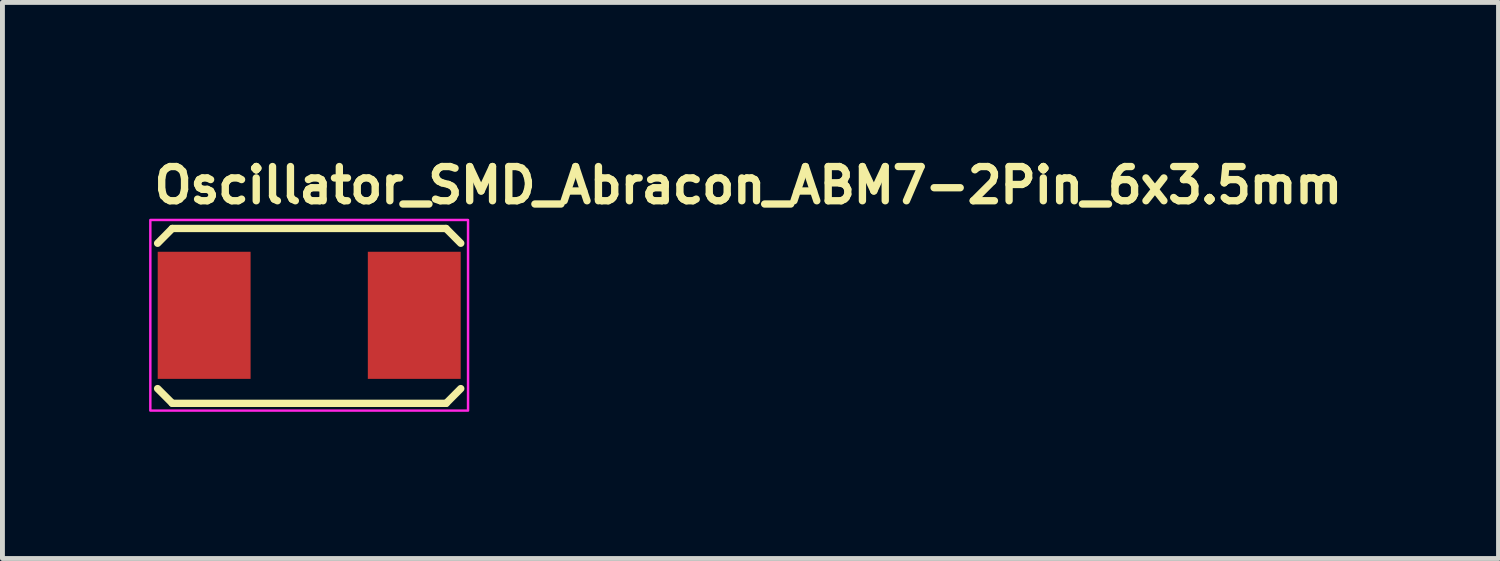
<source format=kicad_pcb>
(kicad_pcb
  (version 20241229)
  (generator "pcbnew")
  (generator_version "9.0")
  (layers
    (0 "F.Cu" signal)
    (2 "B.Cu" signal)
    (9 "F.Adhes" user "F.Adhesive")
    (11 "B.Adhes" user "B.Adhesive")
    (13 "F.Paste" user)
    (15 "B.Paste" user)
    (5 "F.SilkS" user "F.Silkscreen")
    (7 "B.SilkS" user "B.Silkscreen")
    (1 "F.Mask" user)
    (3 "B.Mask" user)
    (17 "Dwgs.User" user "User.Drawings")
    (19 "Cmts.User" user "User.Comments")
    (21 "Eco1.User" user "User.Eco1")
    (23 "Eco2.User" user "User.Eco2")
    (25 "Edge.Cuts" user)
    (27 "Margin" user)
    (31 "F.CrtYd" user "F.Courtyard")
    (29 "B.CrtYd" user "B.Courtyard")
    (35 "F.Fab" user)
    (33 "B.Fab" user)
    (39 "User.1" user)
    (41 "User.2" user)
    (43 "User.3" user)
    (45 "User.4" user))
  (footprint "Oscillator_SMD_Abracon_ABM7-2Pin_6x3.5mm"
    (layer "F.Cu")
    (at 3.276 3.4)
    (property "Reference" "Oscillator_SMD_Abracon_ABM7-2Pin_6x3.5mm" (at -3.25 -2.25 0) (layer "F.SilkS") (effects (font (size 0.7 0.7) (thickness 0.15)) (justify left bottom)))
    (attr smd)
    (fp_line (start -3.102 -1.474) (end -2.803 -1.776) (stroke (width 0.15) (type solid)) (layer "F.SilkS"))
    (fp_line (start -3.102 1.499) (end -2.801 1.8) (stroke (width 0.15) (type solid)) (layer "F.SilkS"))
    (fp_line (start -2.803 -1.776) (end 2.798 -1.776) (stroke (width 0.15) (type solid)) (layer "F.SilkS"))
    (fp_line (start 2.8 1.8) (end -2.801 1.8) (stroke (width 0.15) (type solid)) (layer "F.SilkS"))
    (fp_line (start 3.099 -1.474) (end 2.798 -1.776) (stroke (width 0.15) (type solid)) (layer "F.SilkS"))
    (fp_line (start 3.099 1.499) (end 2.8 1.8) (stroke (width 0.15) (type solid)) (layer "F.SilkS"))
    (fp_rect (start -3.251 -1.95) (end 3.248 1.949) (stroke (width 0.05) (type solid)) (fill no) (layer "F.CrtYd"))
    (fp_rect (start -3.051 -1.75) (end 3.048 1.749) (stroke (width 0.1) (type solid)) (fill no) (layer "User.5"))
    (fp_line (start -3.051 -1.5) (end -2.801 -1.75) (stroke (width 0.02) (type solid)) (layer "User.9"))
    (fp_line (start -3.051 -0.402) (end -3.051 -1.5) (stroke (width 0.02) (type solid)) (layer "User.9"))
    (fp_line (start -3.051 0.4) (end -2.75 0.4) (stroke (width 0.02) (type solid)) (layer "User.9"))
    (fp_line (start -3.051 1.499) (end -3.051 0.4) (stroke (width 0.02) (type solid)) (layer "User.9"))
    (fp_line (start -3 -0.332) (end -3 -0.402) (stroke (width 0.02) (type solid)) (layer "User.9"))
    (fp_line (start -3 0.33) (end -3 0.4) (stroke (width 0.02) (type solid)) (layer "User.9"))
    (fp_line (start -2.9 -0.332) (end -3 -0.332) (stroke (width 0.02) (type solid)) (layer "User.9"))
    (fp_line (start -2.9 0.33) (end -3 0.33) (stroke (width 0.02) (type solid)) (layer "User.9"))
    (fp_line (start -2.9 0.33) (end -2.896 0.329) (stroke (width 0.02) (type solid)) (layer "User.9"))
    (fp_line (start -2.896 -0.331) (end -2.9 -0.332) (stroke (width 0.02) (type solid)) (layer "User.9"))
    (fp_line (start -2.896 0.329) (end -2.891 0.329) (stroke (width 0.02) (type solid)) (layer "User.9"))
    (fp_line (start -2.891 -0.331) (end -2.896 -0.331) (stroke (width 0.02) (type solid)) (layer "User.9"))
    (fp_line (start -2.891 0.329) (end -2.887 0.328) (stroke (width 0.02) (type solid)) (layer "User.9"))
    (fp_line (start -2.887 -0.33) (end -2.891 -0.331) (stroke (width 0.02) (type solid)) (layer "User.9"))
    (fp_line (start -2.887 0.328) (end -2.882 0.328) (stroke (width 0.02) (type solid)) (layer "User.9"))
    (fp_line (start -2.882 -0.33) (end -2.887 -0.33) (stroke (width 0.02) (type solid)) (layer "User.9"))
    (fp_line (start -2.882 0.328) (end -2.876 0.326) (stroke (width 0.02) (type solid)) (layer "User.9"))
    (fp_line (start -2.876 -0.328) (end -2.882 -0.33) (stroke (width 0.02) (type solid)) (layer "User.9"))
    (fp_line (start -2.876 0.326) (end -2.871 0.325) (stroke (width 0.02) (type solid)) (layer "User.9"))
    (fp_line (start -2.871 -0.327) (end -2.876 -0.328) (stroke (width 0.02) (type solid)) (layer "User.9"))
    (fp_line (start -2.871 0.325) (end -2.867 0.324) (stroke (width 0.02) (type solid)) (layer "User.9"))
    (fp_line (start -2.867 -0.326) (end -2.871 -0.327) (stroke (width 0.02) (type solid)) (layer "User.9"))
    (fp_line (start -2.867 0.324) (end -2.863 0.322) (stroke (width 0.02) (type solid)) (layer "User.9"))
    (fp_line (start -2.863 -0.324) (end -2.867 -0.326) (stroke (width 0.02) (type solid)) (layer "User.9"))
    (fp_line (start -2.863 0.322) (end -2.859 0.32) (stroke (width 0.02) (type solid)) (layer "User.9"))
    (fp_line (start -2.859 -0.322) (end -2.863 -0.324) (stroke (width 0.02) (type solid)) (layer "User.9"))
    (fp_line (start -2.859 0.32) (end -2.854 0.317) (stroke (width 0.02) (type solid)) (layer "User.9"))
    (fp_line (start -2.854 -0.319) (end -2.859 -0.322) (stroke (width 0.02) (type solid)) (layer "User.9"))
    (fp_line (start -2.854 0.317) (end -2.85 0.314) (stroke (width 0.02) (type solid)) (layer "User.9"))
    (fp_line (start -2.85 -0.316) (end -2.854 -0.319) (stroke (width 0.02) (type solid)) (layer "User.9"))
    (fp_line (start -2.85 0.314) (end -2.846 0.312) (stroke (width 0.02) (type solid)) (layer "User.9"))
    (fp_line (start -2.846 -0.314) (end -2.85 -0.316) (stroke (width 0.02) (type solid)) (layer "User.9"))
    (fp_line (start -2.846 0.312) (end -2.842 0.309) (stroke (width 0.02) (type solid)) (layer "User.9"))
    (fp_line (start -2.842 -0.311) (end -2.846 -0.314) (stroke (width 0.02) (type solid)) (layer "User.9"))
    (fp_line (start -2.842 0.309) (end -2.838 0.306) (stroke (width 0.02) (type solid)) (layer "User.9"))
    (fp_line (start -2.838 -0.308) (end -2.842 -0.311) (stroke (width 0.02) (type solid)) (layer "User.9"))
    (fp_line (start -2.838 0.306) (end -2.834 0.303) (stroke (width 0.02) (type solid)) (layer "User.9"))
    (fp_line (start -2.834 -0.305) (end -2.838 -0.308) (stroke (width 0.02) (type solid)) (layer "User.9"))
    (fp_line (start -2.834 0.303) (end -2.831 0.299) (stroke (width 0.02) (type solid)) (layer "User.9"))
    (fp_line (start -2.831 -0.301) (end -2.834 -0.305) (stroke (width 0.02) (type solid)) (layer "User.9"))
    (fp_line (start -2.831 -0.301) (end -2.831 -0.301) (stroke (width 0.02) (type solid)) (layer "User.9"))
    (fp_line (start -2.831 0.299) (end -2.831 0.299) (stroke (width 0.02) (type solid)) (layer "User.9"))
    (fp_line (start -2.831 0.299) (end -2.827 0.296) (stroke (width 0.02) (type solid)) (layer "User.9"))
    (fp_line (start -2.827 -0.298) (end -2.831 -0.301) (stroke (width 0.02) (type solid)) (layer "User.9"))
    (fp_line (start -2.827 0.296) (end -2.823 0.292) (stroke (width 0.02) (type solid)) (layer "User.9"))
    (fp_line (start -2.823 -0.294) (end -2.827 -0.298) (stroke (width 0.02) (type solid)) (layer "User.9"))
    (fp_line (start -2.823 0.292) (end -2.82 0.288) (stroke (width 0.02) (type solid)) (layer "User.9"))
    (fp_line (start -2.82 -0.29) (end -2.823 -0.294) (stroke (width 0.02) (type solid)) (layer "User.9"))
    (fp_line (start -2.82 0.288) (end -2.818 0.285) (stroke (width 0.02) (type solid)) (layer "User.9"))
    (fp_line (start -2.818 -0.287) (end -2.82 -0.29) (stroke (width 0.02) (type solid)) (layer "User.9"))
    (fp_line (start -2.818 0.285) (end -2.815 0.281) (stroke (width 0.02) (type solid)) (layer "User.9"))
    (fp_line (start -2.815 -0.283) (end -2.818 -0.287) (stroke (width 0.02) (type solid)) (layer "User.9"))
    (fp_line (start -2.815 0.281) (end -2.813 0.277) (stroke (width 0.02) (type solid)) (layer "User.9"))
    (fp_line (start -2.813 -0.279) (end -2.815 -0.283) (stroke (width 0.02) (type solid)) (layer "User.9"))
    (fp_line (start -2.813 0.277) (end -2.81 0.272) (stroke (width 0.02) (type solid)) (layer "User.9"))
    (fp_line (start -2.81 -0.274) (end -2.813 -0.279) (stroke (width 0.02) (type solid)) (layer "User.9"))
    (fp_line (start -2.81 0.272) (end -2.809 0.268) (stroke (width 0.02) (type solid)) (layer "User.9"))
    (fp_line (start -2.809 -0.27) (end -2.81 -0.274) (stroke (width 0.02) (type solid)) (layer "User.9"))
    (fp_line (start -2.809 0.268) (end -2.806 0.263) (stroke (width 0.02) (type solid)) (layer "User.9"))
    (fp_line (start -2.806 -0.265) (end -2.809 -0.27) (stroke (width 0.02) (type solid)) (layer "User.9"))
    (fp_line (start -2.806 -0.261) (end -2.806 -0.265) (stroke (width 0.02) (type solid)) (layer "User.9"))
    (fp_line (start -2.806 0.259) (end -2.805 0.253) (stroke (width 0.02) (type solid)) (layer "User.9"))
    (fp_line (start -2.806 0.263) (end -2.806 0.259) (stroke (width 0.02) (type solid)) (layer "User.9"))
    (fp_line (start -2.805 -0.255) (end -2.806 -0.261) (stroke (width 0.02) (type solid)) (layer "User.9"))
    (fp_line (start -2.805 0.253) (end -2.802 0.248) (stroke (width 0.02) (type solid)) (layer "User.9"))
    (fp_line (start -2.802 -0.25) (end -2.805 -0.255) (stroke (width 0.02) (type solid)) (layer "User.9"))
    (fp_line (start -2.802 -0.245) (end -2.802 -0.25) (stroke (width 0.02) (type solid)) (layer "User.9"))
    (fp_line (start -2.802 -0.24) (end -2.802 -0.245) (stroke (width 0.02) (type solid)) (layer "User.9"))
    (fp_line (start -2.802 -0.236) (end -2.802 -0.24) (stroke (width 0.02) (type solid)) (layer "User.9"))
    (fp_line (start -2.802 0.234) (end -2.801 0.23) (stroke (width 0.02) (type solid)) (layer "User.9"))
    (fp_line (start -2.802 0.239) (end -2.802 0.234) (stroke (width 0.02) (type solid)) (layer "User.9"))
    (fp_line (start -2.802 0.243) (end -2.802 0.239) (stroke (width 0.02) (type solid)) (layer "User.9"))
    (fp_line (start -2.802 0.248) (end -2.802 0.243) (stroke (width 0.02) (type solid)) (layer "User.9"))
    (fp_line (start -2.801 -1.75) (end 2.798 -1.75) (stroke (width 0.02) (type solid)) (layer "User.9"))
    (fp_line (start -2.801 -0.232) (end -2.802 -0.236) (stroke (width 0.02) (type solid)) (layer "User.9"))
    (fp_line (start -2.801 0.23) (end -2.801 -0.232) (stroke (width 0.02) (type solid)) (layer "User.9"))
    (fp_line (start -2.801 1.749) (end -3.051 1.499) (stroke (width 0.02) (type solid)) (layer "User.9"))
    (fp_line (start -2.75 -0.402) (end -3.051 -0.402) (stroke (width 0.02) (type solid)) (layer "User.9"))
    (fp_line (start -2.75 0.4) (end -2.75 -0.402) (stroke (width 0.02) (type solid)) (layer "User.9"))
    (fp_line (start -2.702 -1.25) (end -2.701 -1.264) (stroke (width 0.02) (type solid)) (layer "User.9"))
    (fp_line (start -2.702 1.249) (end -2.702 -1.25) (stroke (width 0.02) (type solid)) (layer "User.9"))
    (fp_line (start -2.701 -1.264) (end -2.699 -1.276) (stroke (width 0.02) (type solid)) (layer "User.9"))
    (fp_line (start -2.701 1.261) (end -2.702 1.249) (stroke (width 0.02) (type solid)) (layer "User.9"))
    (fp_line (start -2.699 -1.276) (end -2.698 -1.287) (stroke (width 0.02) (type solid)) (layer "User.9"))
    (fp_line (start -2.699 1.273) (end -2.701 1.261) (stroke (width 0.02) (type solid)) (layer "User.9"))
    (fp_line (start -2.698 -1.287) (end -2.697 -1.299) (stroke (width 0.02) (type solid)) (layer "User.9"))
    (fp_line (start -2.698 1.286) (end -2.699 1.273) (stroke (width 0.02) (type solid)) (layer "User.9"))
    (fp_line (start -2.697 -1.299) (end -2.694 -1.311) (stroke (width 0.02) (type solid)) (layer "User.9"))
    (fp_line (start -2.697 1.298) (end -2.698 1.286) (stroke (width 0.02) (type solid)) (layer "User.9"))
    (fp_line (start -2.694 -1.311) (end -2.69 -1.323) (stroke (width 0.02) (type solid)) (layer "User.9"))
    (fp_line (start -2.694 1.31) (end -2.697 1.298) (stroke (width 0.02) (type solid)) (layer "User.9"))
    (fp_line (start -2.69 -1.323) (end -2.686 -1.335) (stroke (width 0.02) (type solid)) (layer "User.9"))
    (fp_line (start -2.69 1.322) (end -2.694 1.31) (stroke (width 0.02) (type solid)) (layer "User.9"))
    (fp_line (start -2.686 -1.335) (end -2.681 -1.347) (stroke (width 0.02) (type solid)) (layer "User.9"))
    (fp_line (start -2.686 1.334) (end -2.69 1.322) (stroke (width 0.02) (type solid)) (layer "User.9"))
    (fp_line (start -2.681 -1.347) (end -2.677 -1.357) (stroke (width 0.02) (type solid)) (layer "User.9"))
    (fp_line (start -2.681 1.344) (end -2.686 1.334) (stroke (width 0.02) (type solid)) (layer "User.9"))
    (fp_line (start -2.677 -1.357) (end -2.672 -1.369) (stroke (width 0.02) (type solid)) (layer "User.9"))
    (fp_line (start -2.677 1.356) (end -2.681 1.344) (stroke (width 0.02) (type solid)) (layer "User.9"))
    (fp_line (start -2.672 -1.369) (end -2.665 -1.379) (stroke (width 0.02) (type solid)) (layer "User.9"))
    (fp_line (start -2.672 1.366) (end -2.677 1.356) (stroke (width 0.02) (type solid)) (layer "User.9"))
    (fp_line (start -2.665 -1.379) (end -2.658 -1.389) (stroke (width 0.02) (type solid)) (layer "User.9"))
    (fp_line (start -2.665 1.378) (end -2.672 1.366) (stroke (width 0.02) (type solid)) (layer "User.9"))
    (fp_line (start -2.658 -1.389) (end -2.652 -1.399) (stroke (width 0.02) (type solid)) (layer "User.9"))
    (fp_line (start -2.658 1.388) (end -2.665 1.378) (stroke (width 0.02) (type solid)) (layer "User.9"))
    (fp_line (start -2.652 -1.399) (end -2.645 -1.41) (stroke (width 0.02) (type solid)) (layer "User.9"))
    (fp_line (start -2.652 1.398) (end -2.658 1.388) (stroke (width 0.02) (type solid)) (layer "User.9"))
    (fp_line (start -2.645 -1.41) (end -2.637 -1.418) (stroke (width 0.02) (type solid)) (layer "User.9"))
    (fp_line (start -2.645 1.407) (end -2.652 1.398) (stroke (width 0.02) (type solid)) (layer "User.9"))
    (fp_line (start -2.637 -1.418) (end -2.628 -1.428) (stroke (width 0.02) (type solid)) (layer "User.9"))
    (fp_line (start -2.637 1.417) (end -2.645 1.407) (stroke (width 0.02) (type solid)) (layer "User.9"))
    (fp_line (start -2.628 -1.428) (end -2.628 -1.428) (stroke (width 0.02) (type solid)) (layer "User.9"))
    (fp_line (start -2.628 -1.428) (end -2.618 -1.436) (stroke (width 0.02) (type solid)) (layer "User.9"))
    (fp_line (start -2.628 1.425) (end -2.637 1.417) (stroke (width 0.02) (type solid)) (layer "User.9"))
    (fp_line (start -2.628 1.425) (end -2.628 1.425) (stroke (width 0.02) (type solid)) (layer "User.9"))
    (fp_line (start -2.618 -1.436) (end -2.609 -1.444) (stroke (width 0.02) (type solid)) (layer "User.9"))
    (fp_line (start -2.618 1.435) (end -2.628 1.425) (stroke (width 0.02) (type solid)) (layer "User.9"))
    (fp_line (start -2.609 -1.444) (end -2.6 -1.452) (stroke (width 0.02) (type solid)) (layer "User.9"))
    (fp_line (start -2.609 1.443) (end -2.618 1.435) (stroke (width 0.02) (type solid)) (layer "User.9"))
    (fp_line (start -2.6 -1.452) (end -2.589 -1.458) (stroke (width 0.02) (type solid)) (layer "User.9"))
    (fp_line (start -2.6 1.449) (end -2.609 1.443) (stroke (width 0.02) (type solid)) (layer "User.9"))
    (fp_line (start -2.589 -1.458) (end -2.58 -1.466) (stroke (width 0.02) (type solid)) (layer "User.9"))
    (fp_line (start -2.589 1.457) (end -2.6 1.449) (stroke (width 0.02) (type solid)) (layer "User.9"))
    (fp_line (start -2.58 -1.466) (end -2.569 -1.472) (stroke (width 0.02) (type solid)) (layer "User.9"))
    (fp_line (start -2.58 1.463) (end -2.589 1.457) (stroke (width 0.02) (type solid)) (layer "User.9"))
    (fp_line (start -2.569 -1.472) (end -2.557 -1.478) (stroke (width 0.02) (type solid)) (layer "User.9"))
    (fp_line (start -2.569 1.469) (end -2.58 1.463) (stroke (width 0.02) (type solid)) (layer "User.9"))
    (fp_line (start -2.557 -1.478) (end -2.547 -1.482) (stroke (width 0.02) (type solid)) (layer "User.9"))
    (fp_line (start -2.557 1.475) (end -2.569 1.469) (stroke (width 0.02) (type solid)) (layer "User.9"))
    (fp_line (start -2.547 -1.482) (end -2.536 -1.486) (stroke (width 0.02) (type solid)) (layer "User.9"))
    (fp_line (start -2.547 1.479) (end -2.557 1.475) (stroke (width 0.02) (type solid)) (layer "User.9"))
    (fp_line (start -2.536 -1.486) (end -2.524 -1.49) (stroke (width 0.02) (type solid)) (layer "User.9"))
    (fp_line (start -2.536 1.485) (end -2.547 1.479) (stroke (width 0.02) (type solid)) (layer "User.9"))
    (fp_line (start -2.524 -1.49) (end -2.512 -1.494) (stroke (width 0.02) (type solid)) (layer "User.9"))
    (fp_line (start -2.524 1.489) (end -2.536 1.485) (stroke (width 0.02) (type solid)) (layer "User.9"))
    (fp_line (start -2.512 -1.494) (end -2.5 -1.496) (stroke (width 0.02) (type solid)) (layer "User.9"))
    (fp_line (start -2.512 1.491) (end -2.524 1.489) (stroke (width 0.02) (type solid)) (layer "User.9"))
    (fp_line (start -2.5 -1.496) (end -2.488 -1.498) (stroke (width 0.02) (type solid)) (layer "User.9"))
    (fp_line (start -2.5 1.495) (end -2.512 1.491) (stroke (width 0.02) (type solid)) (layer "User.9"))
    (fp_line (start -2.488 -1.498) (end -2.476 -1.5) (stroke (width 0.02) (type solid)) (layer "User.9"))
    (fp_line (start -2.488 1.497) (end -2.5 1.495) (stroke (width 0.02) (type solid)) (layer "User.9"))
    (fp_line (start -2.476 -1.5) (end -2.464 -1.5) (stroke (width 0.02) (type solid)) (layer "User.9"))
    (fp_line (start -2.476 1.497) (end -2.488 1.497) (stroke (width 0.02) (type solid)) (layer "User.9"))
    (fp_line (start -2.464 -1.5) (end -2.452 -1.5) (stroke (width 0.02) (type solid)) (layer "User.9"))
    (fp_line (start -2.464 1.499) (end -2.476 1.497) (stroke (width 0.02) (type solid)) (layer "User.9"))
    (fp_line (start -2.452 -1.5) (end 2.45 -1.5) (stroke (width 0.02) (type solid)) (layer "User.9"))
    (fp_line (start -2.452 1.499) (end -2.464 1.499) (stroke (width 0.02) (type solid)) (layer "User.9"))
    (fp_line (start 2.45 -1.5) (end 2.462 -1.5) (stroke (width 0.02) (type solid)) (layer "User.9"))
    (fp_line (start 2.45 1.499) (end -2.452 1.499) (stroke (width 0.02) (type solid)) (layer "User.9"))
    (fp_line (start 2.462 -1.5) (end 2.474 -1.5) (stroke (width 0.02) (type solid)) (layer "User.9"))
    (fp_line (start 2.462 1.499) (end 2.45 1.499) (stroke (width 0.02) (type solid)) (layer "User.9"))
    (fp_line (start 2.474 -1.5) (end 2.486 -1.498) (stroke (width 0.02) (type solid)) (layer "User.9"))
    (fp_line (start 2.474 1.497) (end 2.462 1.499) (stroke (width 0.02) (type solid)) (layer "User.9"))
    (fp_line (start 2.486 -1.498) (end 2.499 -1.496) (stroke (width 0.02) (type solid)) (layer "User.9"))
    (fp_line (start 2.486 1.497) (end 2.474 1.497) (stroke (width 0.02) (type solid)) (layer "User.9"))
    (fp_line (start 2.499 -1.496) (end 2.51 -1.494) (stroke (width 0.02) (type solid)) (layer "User.9"))
    (fp_line (start 2.499 1.495) (end 2.486 1.497) (stroke (width 0.02) (type solid)) (layer "User.9"))
    (fp_line (start 2.51 -1.494) (end 2.522 -1.49) (stroke (width 0.02) (type solid)) (layer "User.9"))
    (fp_line (start 2.51 1.491) (end 2.499 1.495) (stroke (width 0.02) (type solid)) (layer "User.9"))
    (fp_line (start 2.522 -1.49) (end 2.534 -1.486) (stroke (width 0.02) (type solid)) (layer "User.9"))
    (fp_line (start 2.522 1.489) (end 2.51 1.491) (stroke (width 0.02) (type solid)) (layer "User.9"))
    (fp_line (start 2.534 -1.486) (end 2.544 -1.482) (stroke (width 0.02) (type solid)) (layer "User.9"))
    (fp_line (start 2.534 1.485) (end 2.522 1.489) (stroke (width 0.02) (type solid)) (layer "User.9"))
    (fp_line (start 2.544 -1.482) (end 2.555 -1.478) (stroke (width 0.02) (type solid)) (layer "User.9"))
    (fp_line (start 2.544 1.479) (end 2.534 1.485) (stroke (width 0.02) (type solid)) (layer "User.9"))
    (fp_line (start 2.555 -1.478) (end 2.567 -1.472) (stroke (width 0.02) (type solid)) (layer "User.9"))
    (fp_line (start 2.555 1.475) (end 2.544 1.479) (stroke (width 0.02) (type solid)) (layer "User.9"))
    (fp_line (start 2.567 -1.472) (end 2.577 -1.466) (stroke (width 0.02) (type solid)) (layer "User.9"))
    (fp_line (start 2.567 1.469) (end 2.555 1.475) (stroke (width 0.02) (type solid)) (layer "User.9"))
    (fp_line (start 2.577 -1.466) (end 2.588 -1.458) (stroke (width 0.02) (type solid)) (layer "User.9"))
    (fp_line (start 2.577 1.463) (end 2.567 1.469) (stroke (width 0.02) (type solid)) (layer "User.9"))
    (fp_line (start 2.588 -1.458) (end 2.597 -1.452) (stroke (width 0.02) (type solid)) (layer "User.9"))
    (fp_line (start 2.588 1.457) (end 2.577 1.463) (stroke (width 0.02) (type solid)) (layer "User.9"))
    (fp_line (start 2.597 -1.452) (end 2.608 -1.444) (stroke (width 0.02) (type solid)) (layer "User.9"))
    (fp_line (start 2.597 1.449) (end 2.588 1.457) (stroke (width 0.02) (type solid)) (layer "User.9"))
    (fp_line (start 2.608 -1.444) (end 2.616 -1.436) (stroke (width 0.02) (type solid)) (layer "User.9"))
    (fp_line (start 2.608 1.443) (end 2.597 1.449) (stroke (width 0.02) (type solid)) (layer "User.9"))
    (fp_line (start 2.616 -1.436) (end 2.625 -1.428) (stroke (width 0.02) (type solid)) (layer "User.9"))
    (fp_line (start 2.616 1.435) (end 2.608 1.443) (stroke (width 0.02) (type solid)) (layer "User.9"))
    (fp_line (start 2.625 -1.428) (end 2.625 -1.428) (stroke (width 0.02) (type solid)) (layer "User.9"))
    (fp_line (start 2.625 -1.428) (end 2.635 -1.418) (stroke (width 0.02) (type solid)) (layer "User.9"))
    (fp_line (start 2.625 1.425) (end 2.616 1.435) (stroke (width 0.02) (type solid)) (layer "User.9"))
    (fp_line (start 2.625 1.425) (end 2.625 1.425) (stroke (width 0.02) (type solid)) (layer "User.9"))
    (fp_line (start 2.635 -1.418) (end 2.643 -1.41) (stroke (width 0.02) (type solid)) (layer "User.9"))
    (fp_line (start 2.635 1.417) (end 2.625 1.425) (stroke (width 0.02) (type solid)) (layer "User.9"))
    (fp_line (start 2.643 -1.41) (end 2.649 -1.399) (stroke (width 0.02) (type solid)) (layer "User.9"))
    (fp_line (start 2.643 1.407) (end 2.635 1.417) (stroke (width 0.02) (type solid)) (layer "User.9"))
    (fp_line (start 2.649 -1.399) (end 2.656 -1.389) (stroke (width 0.02) (type solid)) (layer "User.9"))
    (fp_line (start 2.649 1.398) (end 2.643 1.407) (stroke (width 0.02) (type solid)) (layer "User.9"))
    (fp_line (start 2.656 -1.389) (end 2.664 -1.379) (stroke (width 0.02) (type solid)) (layer "User.9"))
    (fp_line (start 2.656 1.388) (end 2.649 1.398) (stroke (width 0.02) (type solid)) (layer "User.9"))
    (fp_line (start 2.664 -1.379) (end 2.669 -1.369) (stroke (width 0.02) (type solid)) (layer "User.9"))
    (fp_line (start 2.664 1.378) (end 2.656 1.388) (stroke (width 0.02) (type solid)) (layer "User.9"))
    (fp_line (start 2.669 -1.369) (end 2.676 -1.357) (stroke (width 0.02) (type solid)) (layer "User.9"))
    (fp_line (start 2.669 1.366) (end 2.664 1.378) (stroke (width 0.02) (type solid)) (layer "User.9"))
    (fp_line (start 2.676 -1.357) (end 2.68 -1.347) (stroke (width 0.02) (type solid)) (layer "User.9"))
    (fp_line (start 2.676 1.356) (end 2.669 1.366) (stroke (width 0.02) (type solid)) (layer "User.9"))
    (fp_line (start 2.68 -1.347) (end 2.684 -1.335) (stroke (width 0.02) (type solid)) (layer "User.9"))
    (fp_line (start 2.68 1.344) (end 2.676 1.356) (stroke (width 0.02) (type solid)) (layer "User.9"))
    (fp_line (start 2.684 -1.335) (end 2.689 -1.323) (stroke (width 0.02) (type solid)) (layer "User.9"))
    (fp_line (start 2.684 1.334) (end 2.68 1.344) (stroke (width 0.02) (type solid)) (layer "User.9"))
    (fp_line (start 2.689 -1.323) (end 2.692 -1.311) (stroke (width 0.02) (type solid)) (layer "User.9"))
    (fp_line (start 2.689 1.322) (end 2.684 1.334) (stroke (width 0.02) (type solid)) (layer "User.9"))
    (fp_line (start 2.692 -1.311) (end 2.694 -1.299) (stroke (width 0.02) (type solid)) (layer "User.9"))
    (fp_line (start 2.692 1.31) (end 2.689 1.322) (stroke (width 0.02) (type solid)) (layer "User.9"))
    (fp_line (start 2.694 -1.299) (end 2.697 -1.287) (stroke (width 0.02) (type solid)) (layer "User.9"))
    (fp_line (start 2.694 1.298) (end 2.692 1.31) (stroke (width 0.02) (type solid)) (layer "User.9"))
    (fp_line (start 2.697 -1.287) (end 2.697 -1.276) (stroke (width 0.02) (type solid)) (layer "User.9"))
    (fp_line (start 2.697 -1.276) (end 2.698 -1.264) (stroke (width 0.02) (type solid)) (layer "User.9"))
    (fp_line (start 2.697 1.273) (end 2.697 1.286) (stroke (width 0.02) (type solid)) (layer "User.9"))
    (fp_line (start 2.697 1.286) (end 2.694 1.298) (stroke (width 0.02) (type solid)) (layer "User.9"))
    (fp_line (start 2.698 -1.264) (end 2.7 -1.25) (stroke (width 0.02) (type solid)) (layer "User.9"))
    (fp_line (start 2.698 1.261) (end 2.697 1.273) (stroke (width 0.02) (type solid)) (layer "User.9"))
    (fp_line (start 2.7 -1.25) (end 2.7 1.249) (stroke (width 0.02) (type solid)) (layer "User.9"))
    (fp_line (start 2.7 1.249) (end 2.698 1.261) (stroke (width 0.02) (type solid)) (layer "User.9"))
    (fp_line (start 2.749 -0.402) (end 3.048 -0.402) (stroke (width 0.02) (type solid)) (layer "User.9"))
    (fp_line (start 2.749 0.4) (end 2.749 -0.402) (stroke (width 0.02) (type solid)) (layer "User.9"))
    (fp_line (start 2.798 -0.232) (end 2.8 -0.236) (stroke (width 0.02) (type solid)) (layer "User.9"))
    (fp_line (start 2.798 0.23) (end 2.798 -0.232) (stroke (width 0.02) (type solid)) (layer "User.9"))
    (fp_line (start 2.798 1.749) (end -2.801 1.749) (stroke (width 0.02) (type solid)) (layer "User.9"))
    (fp_line (start 2.8 -0.24) (end 2.801 -0.245) (stroke (width 0.02) (type solid)) (layer "User.9"))
    (fp_line (start 2.8 -0.236) (end 2.8 -0.24) (stroke (width 0.02) (type solid)) (layer "User.9"))
    (fp_line (start 2.8 0.234) (end 2.798 0.23) (stroke (width 0.02) (type solid)) (layer "User.9"))
    (fp_line (start 2.8 0.239) (end 2.8 0.234) (stroke (width 0.02) (type solid)) (layer "User.9"))
    (fp_line (start 2.801 -0.25) (end 2.802 -0.255) (stroke (width 0.02) (type solid)) (layer "User.9"))
    (fp_line (start 2.801 -0.245) (end 2.801 -0.25) (stroke (width 0.02) (type solid)) (layer "User.9"))
    (fp_line (start 2.801 0.243) (end 2.8 0.239) (stroke (width 0.02) (type solid)) (layer "User.9"))
    (fp_line (start 2.801 0.248) (end 2.801 0.243) (stroke (width 0.02) (type solid)) (layer "User.9"))
    (fp_line (start 2.802 -0.255) (end 2.804 -0.261) (stroke (width 0.02) (type solid)) (layer "User.9"))
    (fp_line (start 2.802 0.253) (end 2.801 0.248) (stroke (width 0.02) (type solid)) (layer "User.9"))
    (fp_line (start 2.804 -0.261) (end 2.805 -0.265) (stroke (width 0.02) (type solid)) (layer "User.9"))
    (fp_line (start 2.804 0.259) (end 2.802 0.253) (stroke (width 0.02) (type solid)) (layer "User.9"))
    (fp_line (start 2.805 -0.265) (end 2.806 -0.27) (stroke (width 0.02) (type solid)) (layer "User.9"))
    (fp_line (start 2.805 0.263) (end 2.804 0.259) (stroke (width 0.02) (type solid)) (layer "User.9"))
    (fp_line (start 2.806 -0.27) (end 2.809 -0.274) (stroke (width 0.02) (type solid)) (layer "User.9"))
    (fp_line (start 2.806 0.268) (end 2.805 0.263) (stroke (width 0.02) (type solid)) (layer "User.9"))
    (fp_line (start 2.809 -0.274) (end 2.81 -0.279) (stroke (width 0.02) (type solid)) (layer "User.9"))
    (fp_line (start 2.809 0.272) (end 2.806 0.268) (stroke (width 0.02) (type solid)) (layer "User.9"))
    (fp_line (start 2.81 -0.279) (end 2.813 -0.283) (stroke (width 0.02) (type solid)) (layer "User.9"))
    (fp_line (start 2.81 0.277) (end 2.809 0.272) (stroke (width 0.02) (type solid)) (layer "User.9"))
    (fp_line (start 2.813 -0.283) (end 2.815 -0.287) (stroke (width 0.02) (type solid)) (layer "User.9"))
    (fp_line (start 2.813 0.281) (end 2.81 0.277) (stroke (width 0.02) (type solid)) (layer "User.9"))
    (fp_line (start 2.815 -0.287) (end 2.818 -0.29) (stroke (width 0.02) (type solid)) (layer "User.9"))
    (fp_line (start 2.815 0.285) (end 2.813 0.281) (stroke (width 0.02) (type solid)) (layer "User.9"))
    (fp_line (start 2.818 -0.29) (end 2.822 -0.294) (stroke (width 0.02) (type solid)) (layer "User.9"))
    (fp_line (start 2.818 0.288) (end 2.815 0.285) (stroke (width 0.02) (type solid)) (layer "User.9"))
    (fp_line (start 2.822 -0.294) (end 2.825 -0.298) (stroke (width 0.02) (type solid)) (layer "User.9"))
    (fp_line (start 2.822 0.292) (end 2.818 0.288) (stroke (width 0.02) (type solid)) (layer "User.9"))
    (fp_line (start 2.825 -0.298) (end 2.829 -0.301) (stroke (width 0.02) (type solid)) (layer "User.9"))
    (fp_line (start 2.825 0.296) (end 2.822 0.292) (stroke (width 0.02) (type solid)) (layer "User.9"))
    (fp_line (start 2.829 -0.301) (end 2.829 -0.301) (stroke (width 0.02) (type solid)) (layer "User.9"))
    (fp_line (start 2.829 -0.301) (end 2.831 -0.305) (stroke (width 0.02) (type solid)) (layer "User.9"))
    (fp_line (start 2.829 0.299) (end 2.825 0.296) (stroke (width 0.02) (type solid)) (layer "User.9"))
    (fp_line (start 2.829 0.299) (end 2.829 0.299) (stroke (width 0.02) (type solid)) (layer "User.9"))
    (fp_line (start 2.831 -0.305) (end 2.835 -0.308) (stroke (width 0.02) (type solid)) (layer "User.9"))
    (fp_line (start 2.831 0.303) (end 2.829 0.299) (stroke (width 0.02) (type solid)) (layer "User.9"))
    (fp_line (start 2.835 -0.308) (end 2.839 -0.311) (stroke (width 0.02) (type solid)) (layer "User.9"))
    (fp_line (start 2.835 0.306) (end 2.831 0.303) (stroke (width 0.02) (type solid)) (layer "User.9"))
    (fp_line (start 2.839 -0.311) (end 2.843 -0.314) (stroke (width 0.02) (type solid)) (layer "User.9"))
    (fp_line (start 2.839 0.309) (end 2.835 0.306) (stroke (width 0.02) (type solid)) (layer "User.9"))
    (fp_line (start 2.843 -0.314) (end 2.847 -0.316) (stroke (width 0.02) (type solid)) (layer "User.9"))
    (fp_line (start 2.843 0.312) (end 2.839 0.309) (stroke (width 0.02) (type solid)) (layer "User.9"))
    (fp_line (start 2.847 -0.316) (end 2.851 -0.319) (stroke (width 0.02) (type solid)) (layer "User.9"))
    (fp_line (start 2.847 0.314) (end 2.843 0.312) (stroke (width 0.02) (type solid)) (layer "User.9"))
    (fp_line (start 2.851 -0.319) (end 2.857 -0.322) (stroke (width 0.02) (type solid)) (layer "User.9"))
    (fp_line (start 2.851 0.317) (end 2.847 0.314) (stroke (width 0.02) (type solid)) (layer "User.9"))
    (fp_line (start 2.857 -0.322) (end 2.861 -0.324) (stroke (width 0.02) (type solid)) (layer "User.9"))
    (fp_line (start 2.857 0.32) (end 2.851 0.317) (stroke (width 0.02) (type solid)) (layer "User.9"))
    (fp_line (start 2.861 -0.324) (end 2.866 -0.326) (stroke (width 0.02) (type solid)) (layer "User.9"))
    (fp_line (start 2.861 0.322) (end 2.857 0.32) (stroke (width 0.02) (type solid)) (layer "User.9"))
    (fp_line (start 2.866 -0.326) (end 2.87 -0.327) (stroke (width 0.02) (type solid)) (layer "User.9"))
    (fp_line (start 2.866 0.324) (end 2.861 0.322) (stroke (width 0.02) (type solid)) (layer "User.9"))
    (fp_line (start 2.87 -0.327) (end 2.874 -0.328) (stroke (width 0.02) (type solid)) (layer "User.9"))
    (fp_line (start 2.87 0.325) (end 2.866 0.324) (stroke (width 0.02) (type solid)) (layer "User.9"))
    (fp_line (start 2.874 -0.328) (end 2.879 -0.33) (stroke (width 0.02) (type solid)) (layer "User.9"))
    (fp_line (start 2.874 0.326) (end 2.87 0.325) (stroke (width 0.02) (type solid)) (layer "User.9"))
    (fp_line (start 2.879 -0.33) (end 2.885 -0.33) (stroke (width 0.02) (type solid)) (layer "User.9"))
    (fp_line (start 2.879 0.328) (end 2.874 0.326) (stroke (width 0.02) (type solid)) (layer "User.9"))
    (fp_line (start 2.885 -0.33) (end 2.89 -0.331) (stroke (width 0.02) (type solid)) (layer "User.9"))
    (fp_line (start 2.885 0.328) (end 2.879 0.328) (stroke (width 0.02) (type solid)) (layer "User.9"))
    (fp_line (start 2.89 -0.331) (end 2.894 -0.331) (stroke (width 0.02) (type solid)) (layer "User.9"))
    (fp_line (start 2.89 0.329) (end 2.885 0.328) (stroke (width 0.02) (type solid)) (layer "User.9"))
    (fp_line (start 2.894 -0.331) (end 2.898 -0.332) (stroke (width 0.02) (type solid)) (layer "User.9"))
    (fp_line (start 2.894 0.329) (end 2.89 0.329) (stroke (width 0.02) (type solid)) (layer "User.9"))
    (fp_line (start 2.898 -0.332) (end 2.999 -0.332) (stroke (width 0.02) (type solid)) (layer "User.9"))
    (fp_line (start 2.898 0.33) (end 2.894 0.329) (stroke (width 0.02) (type solid)) (layer "User.9"))
    (fp_line (start 2.898 0.33) (end 2.999 0.33) (stroke (width 0.02) (type solid)) (layer "User.9"))
    (fp_line (start 2.999 -0.332) (end 2.999 -0.402) (stroke (width 0.02) (type solid)) (layer "User.9"))
    (fp_line (start 2.999 0.33) (end 2.999 0.4) (stroke (width 0.02) (type solid)) (layer "User.9"))
    (fp_line (start 3.048 -1.5) (end 2.798 -1.75) (stroke (width 0.02) (type solid)) (layer "User.9"))
    (fp_line (start 3.048 -0.402) (end 3.048 -1.5) (stroke (width 0.02) (type solid)) (layer "User.9"))
    (fp_line (start 3.048 0.4) (end 2.749 0.4) (stroke (width 0.02) (type solid)) (layer "User.9"))
    (fp_line (start 3.048 1.499) (end 2.798 1.749) (stroke (width 0.02) (type solid)) (layer "User.9"))
    (fp_line (start 3.048 1.499) (end 3.048 0.4) (stroke (width 0.02) (type solid)) (layer "User.9"))
    (pad "1" smd rect (at -2.15 0) (size 1.9 2.6) (layers "F.Cu" "F.Mask" "F.Paste"))
    (pad "2" smd rect (at 2.148 0) (size 1.9 2.6) (layers "F.Cu" "F.Mask" "F.Paste")))
  (gr_rect
    (start -3 -3)
    (end 27.603 8.374)
    (stroke (width 0.1) (type default))
    (fill no)
    (layer "Edge.Cuts")))
</source>
